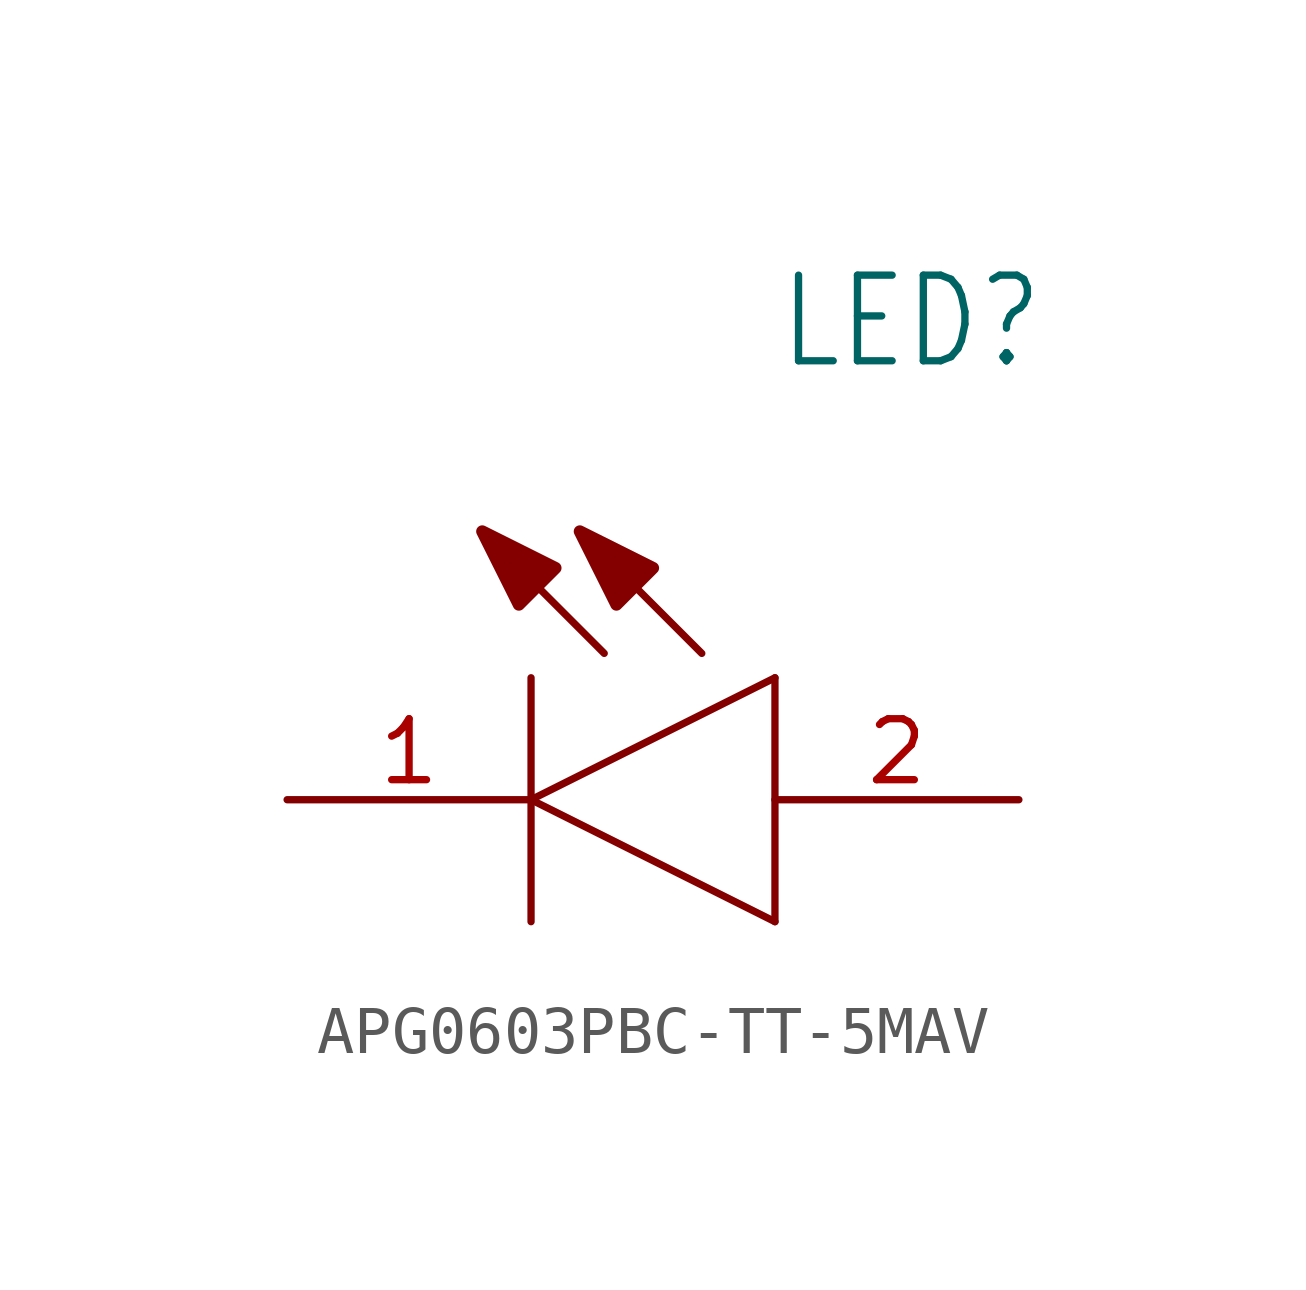
<source format=kicad_sym>
(kicad_symbol_lib
  (version 20231120)
  (generator "kicad_symbol_editor")
  (generator_version "8.0")
  (symbol "APG0603PBC-TT-5MAV"
    (property "Reference" "LED"
      (at 10.19 8.916 0)
      (effects (font (size 1.783 1.516)) (justify left bottom)))
    (property "Value" ""
      (at 10.182 6.364 0)
      (effects (font (size 1.782 1.514)) (justify left bottom)))
    (property "ki_locked" ""
      (at 0 0 0)
      (effects (font (size 1.27 1.27))))
    (symbol "APG0603PBC-TT-5MAV_1_0"
      (polyline (pts (xy 5.08 0) (xy 10.16 2.54)) (stroke (width 0.152) (type solid)) (fill (type none)))
      (polyline (pts (xy 5.08 2.54) (xy 5.08 -2.54)) (stroke (width 0.152) (type solid)) (fill (type none)))
      (polyline (pts (xy 6.604 3.048) (xy 4.064 5.588)) (stroke (width 0.152) (type solid)) (fill (type none)))
      (polyline (pts (xy 8.636 3.048) (xy 6.096 5.588)) (stroke (width 0.152) (type solid)) (fill (type none)))
      (polyline (pts (xy 10.16 -2.54) (xy 5.08 0)) (stroke (width 0.152) (type solid)) (fill (type none)))
      (polyline (pts (xy 10.16 -2.54) (xy 10.16 2.54)) (stroke (width 0.152) (type solid)) (fill (type none)))
      (polyline (pts (xy 4.064 5.588) (xy 4.826 4.064) (xy 5.588 4.826) (xy 4.064 5.588)) (stroke (width 0.254) (type solid)) (fill (type outline)))
      (polyline (pts (xy 6.096 5.588) (xy 6.858 4.064) (xy 7.62 4.826) (xy 6.096 5.588)) (stroke (width 0.254) (type solid)) (fill (type outline)))
      (pin input line (at 0 0 0) (length 5.08) (name "K" (effects (font (size 0 0)))) (number "1" (effects (font (size 1.27 1.27)))))
      (pin input line (at 15.24 0 180) (length 5.08) (name "A" (effects (font (size 0 0)))) (number "2" (effects (font (size 1.27 1.27))))))))
</source>
